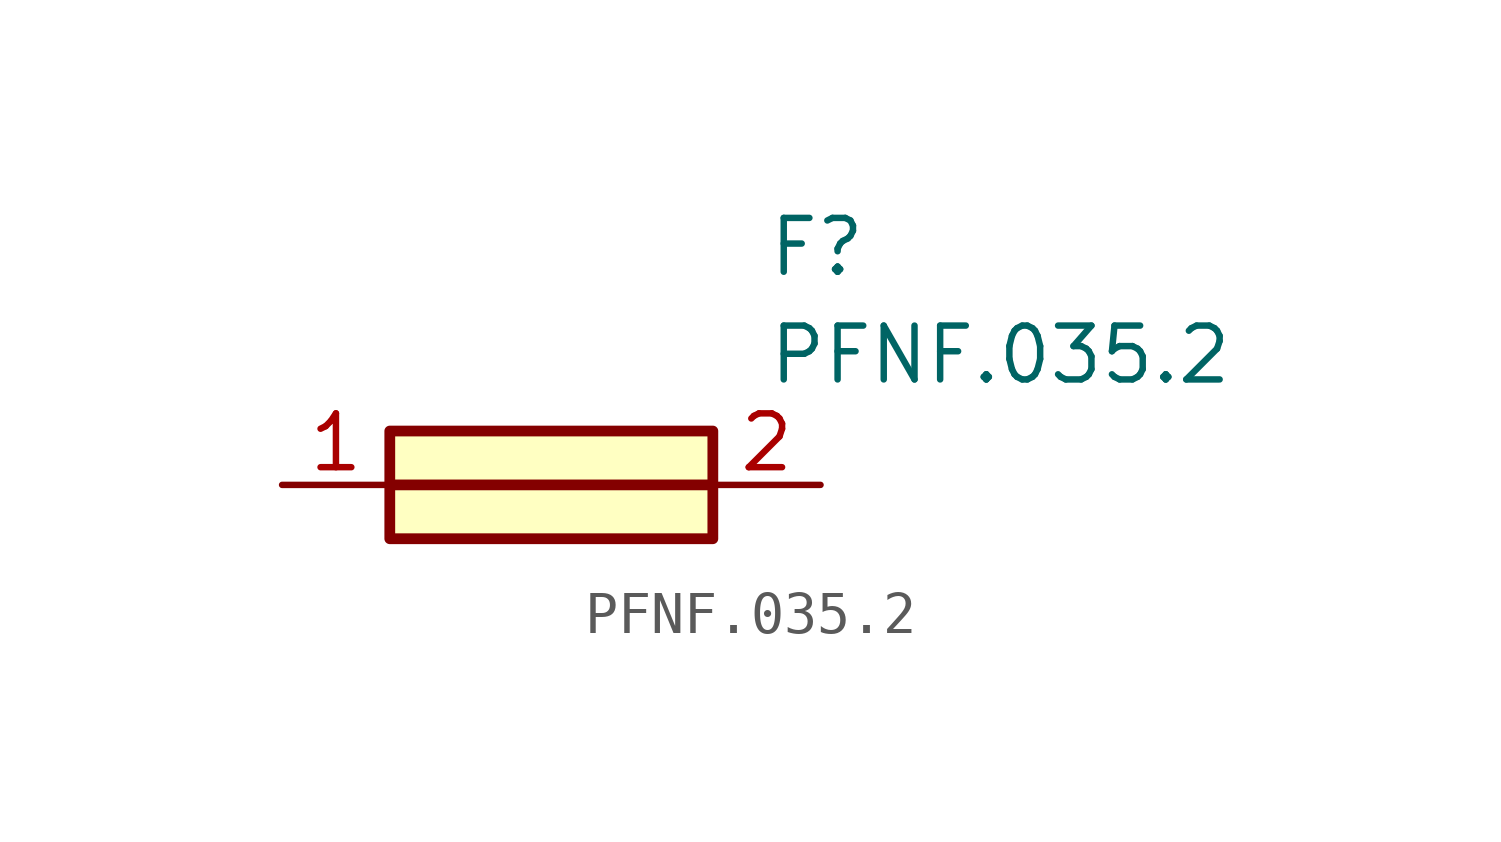
<source format=kicad_sym>
(kicad_symbol_lib
  (version 20241209)
  (generator "kicad_symbol_editor")
  (generator_version "9.0")
  (symbol "PFNF.035.2"
    (pin_names
      (hide yes))
    (property "Reference" "F"
      (at 13.97 6.35 0)
      (effects (font (size 1.27 1.27)) (justify left top)))
    (property "Value" "PFNF.035.2"
      (at 13.97 3.81 0)
      (effects (font (size 1.27 1.27)) (justify left top)))
    (symbol "PFNF.035.2_1_1"
      (rectangle (start 5.08 1.27) (end 12.7 -1.27) (stroke (width 0.254) (type default)) (fill (type background)))
      (polyline (pts (xy 5.08 0) (xy 12.7 0)) (stroke (width 0.254) (type default)) (fill (type none)))
      (pin passive line (at 2.54 0 0) (length 2.54) (name "1" (effects (font (size 1.27 1.27)))) (number "1" (effects (font (size 1.27 1.27)))))
      (pin passive line (at 15.24 0 180) (length 2.54) (name "2" (effects (font (size 1.27 1.27)))) (number "2" (effects (font (size 1.27 1.27))))))))
</source>
